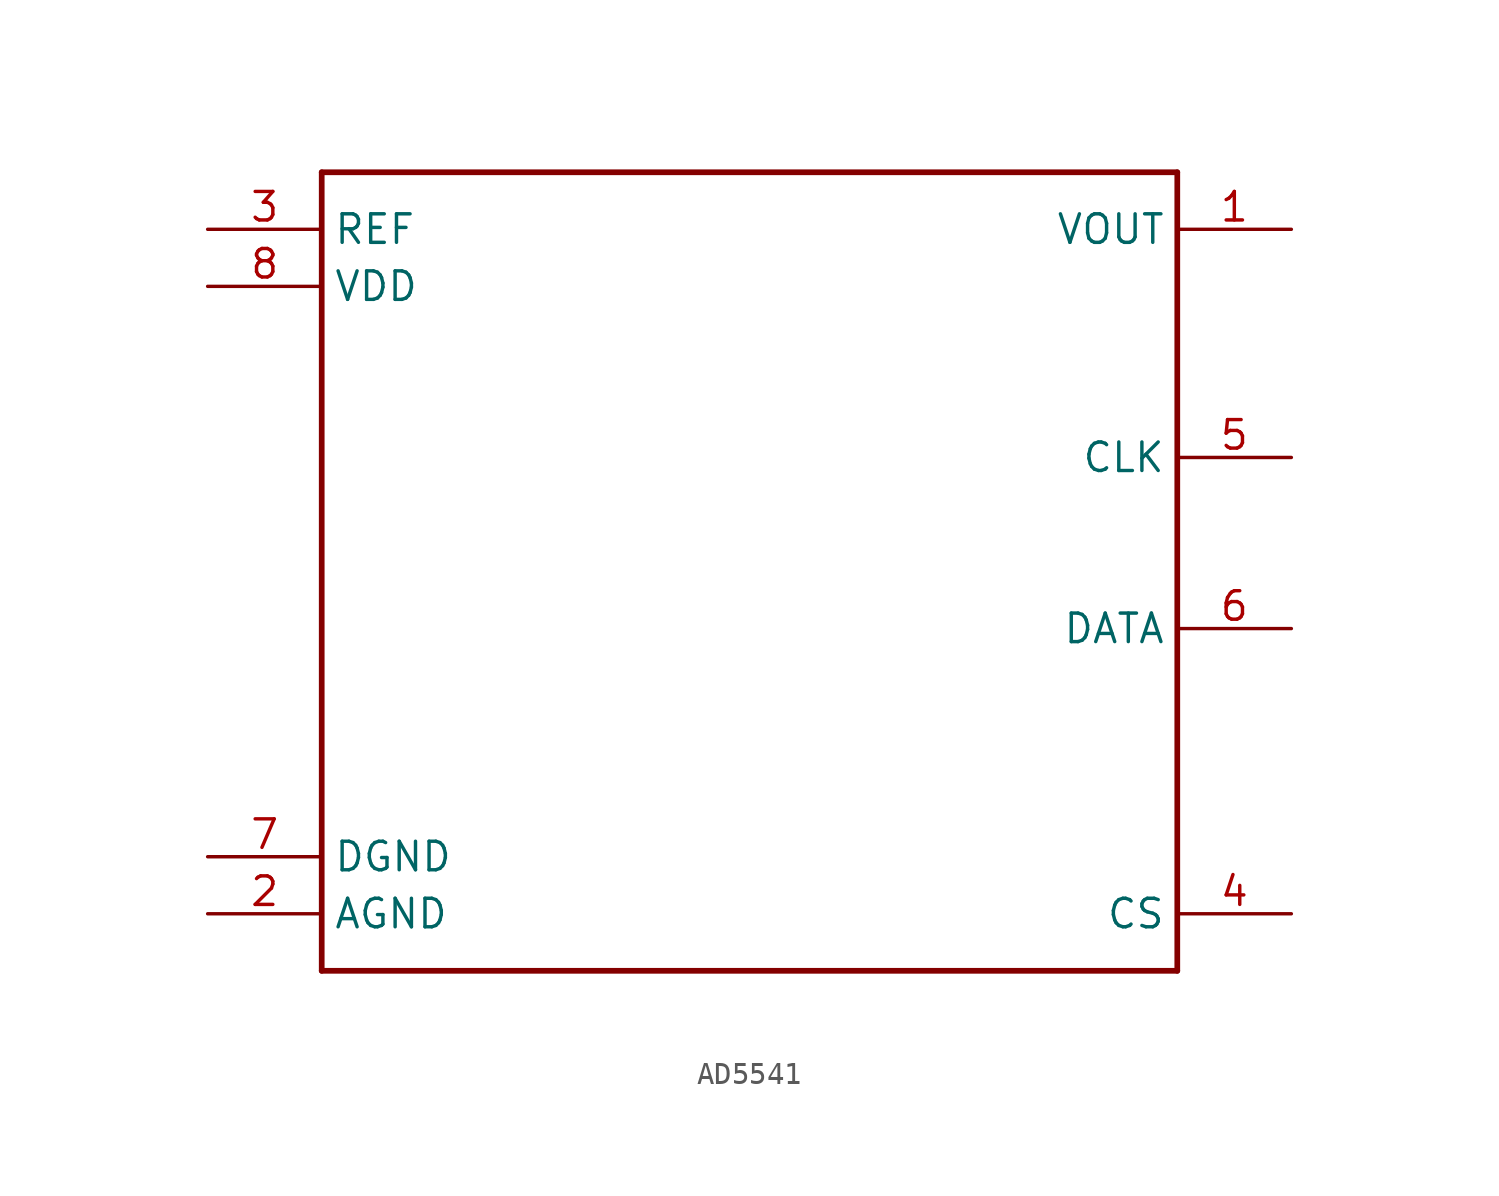
<source format=kicad_sym>
(kicad_symbol_lib
  (version 20231120)
  (generator "kicad_symbol_editor")
  (generator_version "8.0")
  (symbol "AD5541"
    (property "Reference" ""
      (at 0 0 0)
      (effects (font (size 1.27 1.27)) (hide yes)))
    (property "ki_locked" ""
      (at 0 0 0)
      (effects (font (size 1.27 1.27))))
    (symbol "AD5541_1_0"
      (polyline (pts (xy -17.78 -17.78) (xy 20.32 -17.78)) (stroke (width 0.254) (type solid)) (fill (type none)))
      (polyline (pts (xy -17.78 17.78) (xy -17.78 -17.78)) (stroke (width 0.254) (type solid)) (fill (type none)))
      (polyline (pts (xy 20.32 -17.78) (xy 20.32 17.78)) (stroke (width 0.254) (type solid)) (fill (type none)))
      (polyline (pts (xy 20.32 17.78) (xy -17.78 17.78)) (stroke (width 0.254) (type solid)) (fill (type none)))
      (pin bidirectional line (at 25.4 15.24 180) (length 5.08) (name "VOUT" (effects (font (size 1.27 1.27)))) (number "1" (effects (font (size 1.27 1.27)))))
      (pin bidirectional line (at -22.86 -15.24 0) (length 5.08) (name "AGND" (effects (font (size 1.27 1.27)))) (number "2" (effects (font (size 1.27 1.27)))))
      (pin bidirectional line (at -22.86 15.24 0) (length 5.08) (name "REF" (effects (font (size 1.27 1.27)))) (number "3" (effects (font (size 1.27 1.27)))))
      (pin bidirectional line (at 25.4 -15.24 180) (length 5.08) (name "CS" (effects (font (size 1.27 1.27)))) (number "4" (effects (font (size 1.27 1.27)))))
      (pin bidirectional line (at 25.4 5.08 180) (length 5.08) (name "CLK" (effects (font (size 1.27 1.27)))) (number "5" (effects (font (size 1.27 1.27)))))
      (pin bidirectional line (at 25.4 -2.54 180) (length 5.08) (name "DATA" (effects (font (size 1.27 1.27)))) (number "6" (effects (font (size 1.27 1.27)))))
      (pin bidirectional line (at -22.86 -12.7 0) (length 5.08) (name "DGND" (effects (font (size 1.27 1.27)))) (number "7" (effects (font (size 1.27 1.27)))))
      (pin bidirectional line (at -22.86 12.7 0) (length 5.08) (name "VDD" (effects (font (size 1.27 1.27)))) (number "8" (effects (font (size 1.27 1.27))))))))
</source>
